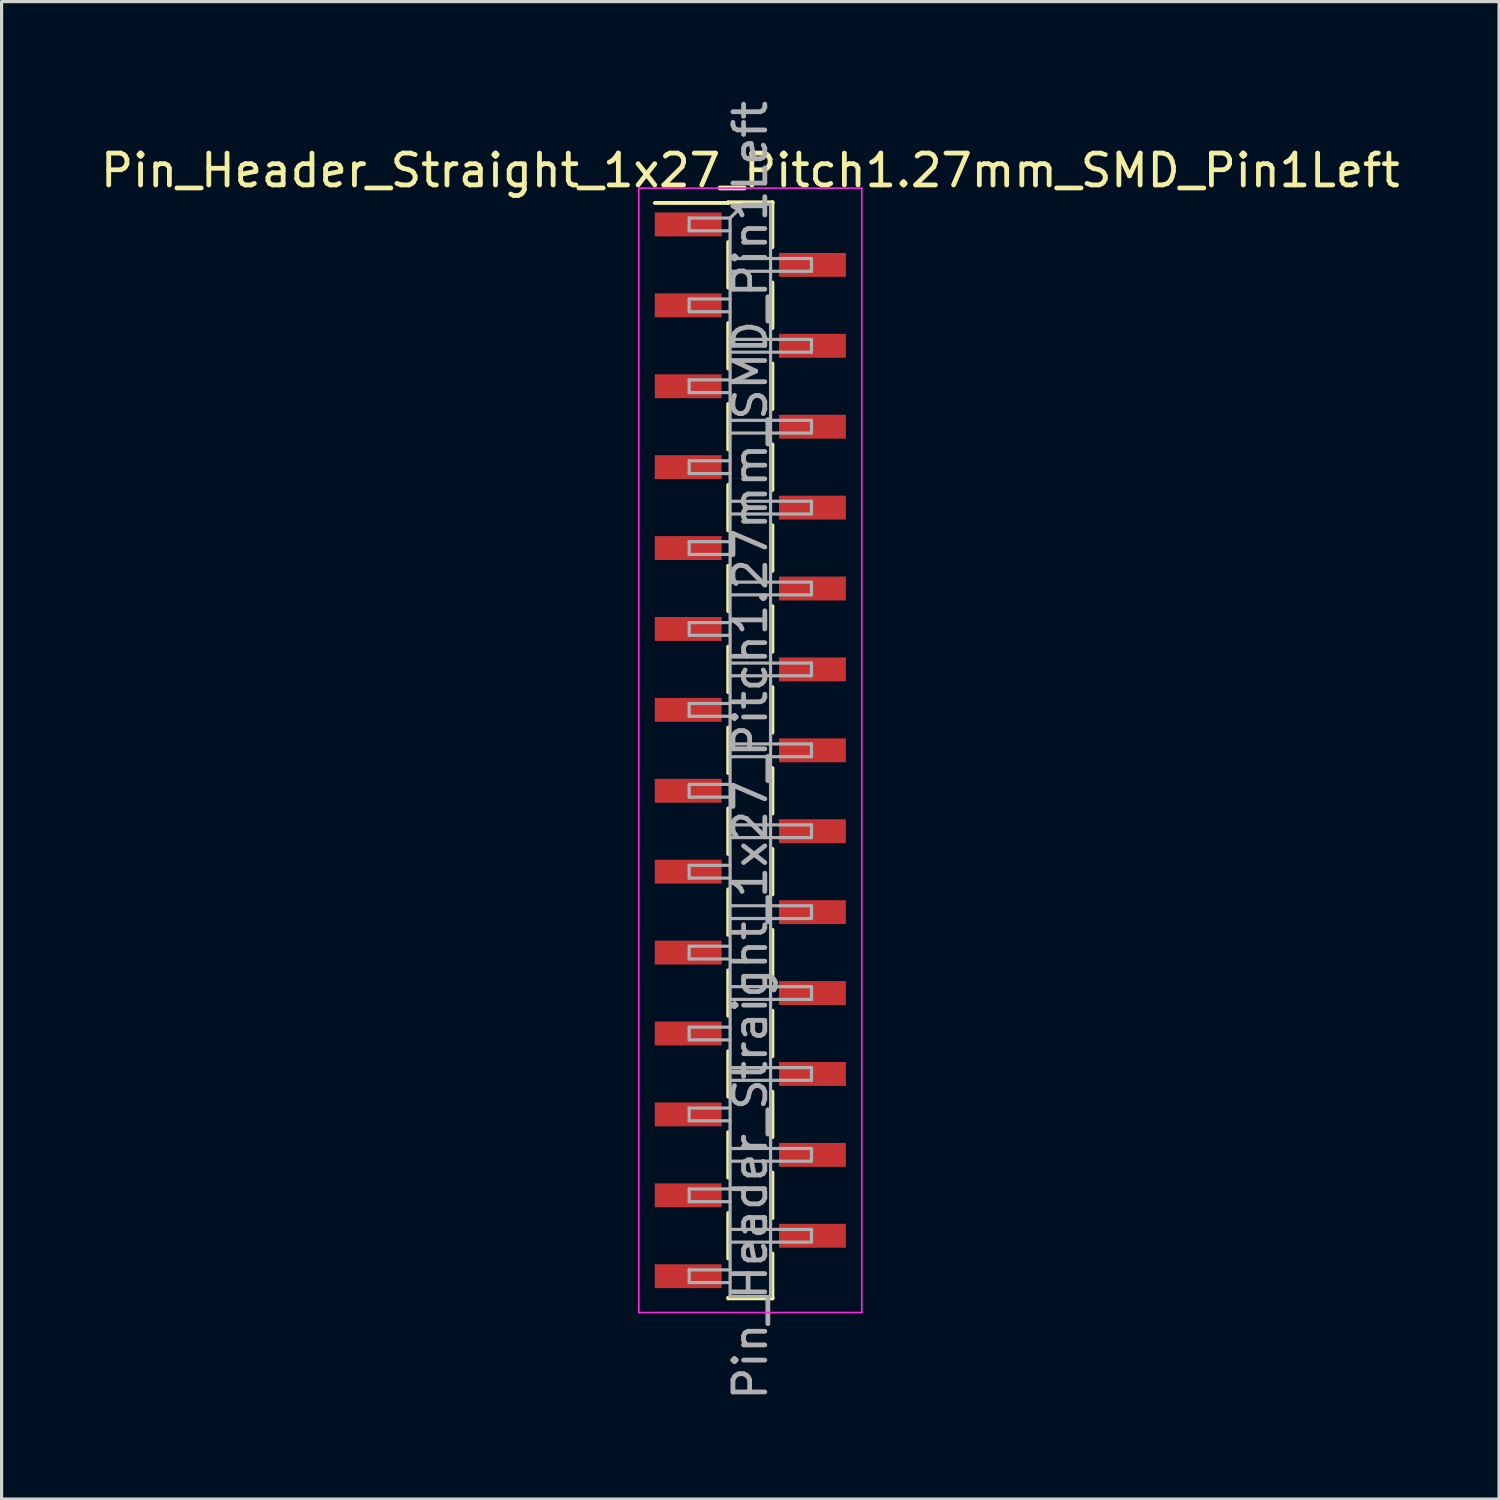
<source format=kicad_pcb>
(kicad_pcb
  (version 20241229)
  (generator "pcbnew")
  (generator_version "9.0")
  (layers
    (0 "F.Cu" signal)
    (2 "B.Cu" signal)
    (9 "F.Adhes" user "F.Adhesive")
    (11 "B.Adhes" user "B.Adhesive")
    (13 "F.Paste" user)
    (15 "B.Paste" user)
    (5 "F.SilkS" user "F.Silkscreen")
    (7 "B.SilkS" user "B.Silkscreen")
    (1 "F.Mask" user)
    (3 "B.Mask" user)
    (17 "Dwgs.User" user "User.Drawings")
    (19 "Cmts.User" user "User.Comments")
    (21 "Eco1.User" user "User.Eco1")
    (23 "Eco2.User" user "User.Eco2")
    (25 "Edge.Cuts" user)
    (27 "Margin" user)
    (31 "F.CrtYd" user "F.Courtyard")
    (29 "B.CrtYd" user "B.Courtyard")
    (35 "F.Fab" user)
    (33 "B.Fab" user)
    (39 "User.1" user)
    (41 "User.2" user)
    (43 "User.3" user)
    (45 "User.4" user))
  (footprint "Pin_Header_Straight_1x27_Pitch1.27mm_SMD_Pin1Left"
    (layer "F.Cu")
    (at 20.506 20.506)
    (property "Reference" "Pin_Header_Straight_1x27_Pitch1.27mm_SMD_Pin1Left" (at 0 -18.205 0) (layer "F.SilkS") (effects (font (size 1 1) (thickness 0.15))))
    (attr smd)
    (fp_line (start -0.695 -17.205) (end 0.695 -17.205) (stroke (width 0.12) (type solid)) (layer "F.SilkS"))
    (fp_line (start -0.695 -17.185) (end -3 -17.185) (stroke (width 0.12) (type solid)) (layer "F.SilkS"))
    (fp_line (start -0.695 -17.185) (end -0.695 -17.205) (stroke (width 0.12) (type solid)) (layer "F.SilkS"))
    (fp_line (start -0.695 -15.955) (end -0.695 -14.525) (stroke (width 0.12) (type solid)) (layer "F.SilkS"))
    (fp_line (start -0.695 -13.415) (end -0.695 -11.985) (stroke (width 0.12) (type solid)) (layer "F.SilkS"))
    (fp_line (start -0.695 -10.875) (end -0.695 -9.445) (stroke (width 0.12) (type solid)) (layer "F.SilkS"))
    (fp_line (start -0.695 -8.335) (end -0.695 -6.905) (stroke (width 0.12) (type solid)) (layer "F.SilkS"))
    (fp_line (start -0.695 -5.795) (end -0.695 -4.365) (stroke (width 0.12) (type solid)) (layer "F.SilkS"))
    (fp_line (start -0.695 -3.255) (end -0.695 -1.825) (stroke (width 0.12) (type solid)) (layer "F.SilkS"))
    (fp_line (start -0.695 -0.715) (end -0.695 0.715) (stroke (width 0.12) (type solid)) (layer "F.SilkS"))
    (fp_line (start -0.695 1.825) (end -0.695 3.255) (stroke (width 0.12) (type solid)) (layer "F.SilkS"))
    (fp_line (start -0.695 4.365) (end -0.695 5.795) (stroke (width 0.12) (type solid)) (layer "F.SilkS"))
    (fp_line (start -0.695 6.905) (end -0.695 8.335) (stroke (width 0.12) (type solid)) (layer "F.SilkS"))
    (fp_line (start -0.695 9.445) (end -0.695 10.875) (stroke (width 0.12) (type solid)) (layer "F.SilkS"))
    (fp_line (start -0.695 11.985) (end -0.695 13.415) (stroke (width 0.12) (type solid)) (layer "F.SilkS"))
    (fp_line (start -0.695 14.525) (end -0.695 15.955) (stroke (width 0.12) (type solid)) (layer "F.SilkS"))
    (fp_line (start -0.695 17.185) (end -0.695 17.205) (stroke (width 0.12) (type solid)) (layer "F.SilkS"))
    (fp_line (start -0.695 17.205) (end 0.695 17.205) (stroke (width 0.12) (type solid)) (layer "F.SilkS"))
    (fp_line (start 0.695 -17.205) (end 0.695 -17.185) (stroke (width 0.12) (type solid)) (layer "F.SilkS"))
    (fp_line (start 0.695 -17.205) (end 0.695 -15.795) (stroke (width 0.12) (type solid)) (layer "F.SilkS"))
    (fp_line (start 0.695 -14.685) (end 0.695 -13.255) (stroke (width 0.12) (type solid)) (layer "F.SilkS"))
    (fp_line (start 0.695 -12.145) (end 0.695 -10.715) (stroke (width 0.12) (type solid)) (layer "F.SilkS"))
    (fp_line (start 0.695 -9.605) (end 0.695 -8.175) (stroke (width 0.12) (type solid)) (layer "F.SilkS"))
    (fp_line (start 0.695 -7.065) (end 0.695 -5.635) (stroke (width 0.12) (type solid)) (layer "F.SilkS"))
    (fp_line (start 0.695 -4.525) (end 0.695 -3.095) (stroke (width 0.12) (type solid)) (layer "F.SilkS"))
    (fp_line (start 0.695 -1.985) (end 0.695 -0.555) (stroke (width 0.12) (type solid)) (layer "F.SilkS"))
    (fp_line (start 0.695 0.555) (end 0.695 1.985) (stroke (width 0.12) (type solid)) (layer "F.SilkS"))
    (fp_line (start 0.695 3.095) (end 0.695 4.525) (stroke (width 0.12) (type solid)) (layer "F.SilkS"))
    (fp_line (start 0.695 5.635) (end 0.695 7.065) (stroke (width 0.12) (type solid)) (layer "F.SilkS"))
    (fp_line (start 0.695 8.175) (end 0.695 9.605) (stroke (width 0.12) (type solid)) (layer "F.SilkS"))
    (fp_line (start 0.695 10.715) (end 0.695 12.145) (stroke (width 0.12) (type solid)) (layer "F.SilkS"))
    (fp_line (start 0.695 13.255) (end 0.695 14.685) (stroke (width 0.12) (type solid)) (layer "F.SilkS"))
    (fp_line (start 0.695 15.795) (end 0.695 17.205) (stroke (width 0.12) (type solid)) (layer "F.SilkS"))
    (fp_line (start 0.695 17.205) (end 0.695 17.185) (stroke (width 0.12) (type solid)) (layer "F.SilkS"))
    (fp_line (start -3.5 -17.65) (end -3.5 17.65) (stroke (width 0.05) (type solid)) (layer "F.CrtYd"))
    (fp_line (start -3.5 17.65) (end 3.5 17.65) (stroke (width 0.05) (type solid)) (layer "F.CrtYd"))
    (fp_line (start 3.5 -17.65) (end -3.5 -17.65) (stroke (width 0.05) (type solid)) (layer "F.CrtYd"))
    (fp_line (start 3.5 17.65) (end 3.5 -17.65) (stroke (width 0.05) (type solid)) (layer "F.CrtYd"))
    (fp_line (start -1.92 -16.71) (end -1.92 -16.31) (stroke (width 0.1) (type solid)) (layer "F.Fab"))
    (fp_line (start -1.92 -16.31) (end -0.635 -16.31) (stroke (width 0.1) (type solid)) (layer "F.Fab"))
    (fp_line (start -1.92 -14.17) (end -1.92 -13.77) (stroke (width 0.1) (type solid)) (layer "F.Fab"))
    (fp_line (start -1.92 -13.77) (end -0.635 -13.77) (stroke (width 0.1) (type solid)) (layer "F.Fab"))
    (fp_line (start -1.92 -11.63) (end -1.92 -11.23) (stroke (width 0.1) (type solid)) (layer "F.Fab"))
    (fp_line (start -1.92 -11.23) (end -0.635 -11.23) (stroke (width 0.1) (type solid)) (layer "F.Fab"))
    (fp_line (start -1.92 -9.09) (end -1.92 -8.69) (stroke (width 0.1) (type solid)) (layer "F.Fab"))
    (fp_line (start -1.92 -8.69) (end -0.635 -8.69) (stroke (width 0.1) (type solid)) (layer "F.Fab"))
    (fp_line (start -1.92 -6.55) (end -1.92 -6.15) (stroke (width 0.1) (type solid)) (layer "F.Fab"))
    (fp_line (start -1.92 -6.15) (end -0.635 -6.15) (stroke (width 0.1) (type solid)) (layer "F.Fab"))
    (fp_line (start -1.92 -4.01) (end -1.92 -3.61) (stroke (width 0.1) (type solid)) (layer "F.Fab"))
    (fp_line (start -1.92 -3.61) (end -0.635 -3.61) (stroke (width 0.1) (type solid)) (layer "F.Fab"))
    (fp_line (start -1.92 -1.47) (end -1.92 -1.07) (stroke (width 0.1) (type solid)) (layer "F.Fab"))
    (fp_line (start -1.92 -1.07) (end -0.635 -1.07) (stroke (width 0.1) (type solid)) (layer "F.Fab"))
    (fp_line (start -1.92 1.07) (end -1.92 1.47) (stroke (width 0.1) (type solid)) (layer "F.Fab"))
    (fp_line (start -1.92 1.47) (end -0.635 1.47) (stroke (width 0.1) (type solid)) (layer "F.Fab"))
    (fp_line (start -1.92 3.61) (end -1.92 4.01) (stroke (width 0.1) (type solid)) (layer "F.Fab"))
    (fp_line (start -1.92 4.01) (end -0.635 4.01) (stroke (width 0.1) (type solid)) (layer "F.Fab"))
    (fp_line (start -1.92 6.15) (end -1.92 6.55) (stroke (width 0.1) (type solid)) (layer "F.Fab"))
    (fp_line (start -1.92 6.55) (end -0.635 6.55) (stroke (width 0.1) (type solid)) (layer "F.Fab"))
    (fp_line (start -1.92 8.69) (end -1.92 9.09) (stroke (width 0.1) (type solid)) (layer "F.Fab"))
    (fp_line (start -1.92 9.09) (end -0.635 9.09) (stroke (width 0.1) (type solid)) (layer "F.Fab"))
    (fp_line (start -1.92 11.23) (end -1.92 11.63) (stroke (width 0.1) (type solid)) (layer "F.Fab"))
    (fp_line (start -1.92 11.63) (end -0.635 11.63) (stroke (width 0.1) (type solid)) (layer "F.Fab"))
    (fp_line (start -1.92 13.77) (end -1.92 14.17) (stroke (width 0.1) (type solid)) (layer "F.Fab"))
    (fp_line (start -1.92 14.17) (end -0.635 14.17) (stroke (width 0.1) (type solid)) (layer "F.Fab"))
    (fp_line (start -1.92 16.31) (end -1.92 16.71) (stroke (width 0.1) (type solid)) (layer "F.Fab"))
    (fp_line (start -1.92 16.71) (end -0.635 16.71) (stroke (width 0.1) (type solid)) (layer "F.Fab"))
    (fp_line (start -0.635 -16.71) (end -1.92 -16.71) (stroke (width 0.1) (type solid)) (layer "F.Fab"))
    (fp_line (start -0.635 -16.71) (end -0.2 -17.145) (stroke (width 0.1) (type solid)) (layer "F.Fab"))
    (fp_line (start -0.635 -15.44) (end 1.92 -15.44) (stroke (width 0.1) (type solid)) (layer "F.Fab"))
    (fp_line (start -0.635 -14.17) (end -1.92 -14.17) (stroke (width 0.1) (type solid)) (layer "F.Fab"))
    (fp_line (start -0.635 -12.9) (end 1.92 -12.9) (stroke (width 0.1) (type solid)) (layer "F.Fab"))
    (fp_line (start -0.635 -11.63) (end -1.92 -11.63) (stroke (width 0.1) (type solid)) (layer "F.Fab"))
    (fp_line (start -0.635 -10.36) (end 1.92 -10.36) (stroke (width 0.1) (type solid)) (layer "F.Fab"))
    (fp_line (start -0.635 -9.09) (end -1.92 -9.09) (stroke (width 0.1) (type solid)) (layer "F.Fab"))
    (fp_line (start -0.635 -7.82) (end 1.92 -7.82) (stroke (width 0.1) (type solid)) (layer "F.Fab"))
    (fp_line (start -0.635 -6.55) (end -1.92 -6.55) (stroke (width 0.1) (type solid)) (layer "F.Fab"))
    (fp_line (start -0.635 -5.28) (end 1.92 -5.28) (stroke (width 0.1) (type solid)) (layer "F.Fab"))
    (fp_line (start -0.635 -4.01) (end -1.92 -4.01) (stroke (width 0.1) (type solid)) (layer "F.Fab"))
    (fp_line (start -0.635 -2.74) (end 1.92 -2.74) (stroke (width 0.1) (type solid)) (layer "F.Fab"))
    (fp_line (start -0.635 -1.47) (end -1.92 -1.47) (stroke (width 0.1) (type solid)) (layer "F.Fab"))
    (fp_line (start -0.635 -0.2) (end 1.92 -0.2) (stroke (width 0.1) (type solid)) (layer "F.Fab"))
    (fp_line (start -0.635 1.07) (end -1.92 1.07) (stroke (width 0.1) (type solid)) (layer "F.Fab"))
    (fp_line (start -0.635 2.34) (end 1.92 2.34) (stroke (width 0.1) (type solid)) (layer "F.Fab"))
    (fp_line (start -0.635 3.61) (end -1.92 3.61) (stroke (width 0.1) (type solid)) (layer "F.Fab"))
    (fp_line (start -0.635 4.88) (end 1.92 4.88) (stroke (width 0.1) (type solid)) (layer "F.Fab"))
    (fp_line (start -0.635 6.15) (end -1.92 6.15) (stroke (width 0.1) (type solid)) (layer "F.Fab"))
    (fp_line (start -0.635 7.42) (end 1.92 7.42) (stroke (width 0.1) (type solid)) (layer "F.Fab"))
    (fp_line (start -0.635 8.69) (end -1.92 8.69) (stroke (width 0.1) (type solid)) (layer "F.Fab"))
    (fp_line (start -0.635 9.96) (end 1.92 9.96) (stroke (width 0.1) (type solid)) (layer "F.Fab"))
    (fp_line (start -0.635 11.23) (end -1.92 11.23) (stroke (width 0.1) (type solid)) (layer "F.Fab"))
    (fp_line (start -0.635 12.5) (end 1.92 12.5) (stroke (width 0.1) (type solid)) (layer "F.Fab"))
    (fp_line (start -0.635 13.77) (end -1.92 13.77) (stroke (width 0.1) (type solid)) (layer "F.Fab"))
    (fp_line (start -0.635 15.04) (end 1.92 15.04) (stroke (width 0.1) (type solid)) (layer "F.Fab"))
    (fp_line (start -0.635 16.31) (end -1.92 16.31) (stroke (width 0.1) (type solid)) (layer "F.Fab"))
    (fp_line (start -0.635 17.145) (end -0.635 -16.71) (stroke (width 0.1) (type solid)) (layer "F.Fab"))
    (fp_line (start -0.2 -17.145) (end 0.635 -17.145) (stroke (width 0.1) (type solid)) (layer "F.Fab"))
    (fp_line (start 0.635 -17.145) (end 0.635 17.145) (stroke (width 0.1) (type solid)) (layer "F.Fab"))
    (fp_line (start 0.635 17.145) (end -0.635 17.145) (stroke (width 0.1) (type solid)) (layer "F.Fab"))
    (fp_line (start 1.92 -15.44) (end 1.92 -15.04) (stroke (width 0.1) (type solid)) (layer "F.Fab"))
    (fp_line (start 1.92 -15.04) (end -0.635 -15.04) (stroke (width 0.1) (type solid)) (layer "F.Fab"))
    (fp_line (start 1.92 -12.9) (end 1.92 -12.5) (stroke (width 0.1) (type solid)) (layer "F.Fab"))
    (fp_line (start 1.92 -12.5) (end -0.635 -12.5) (stroke (width 0.1) (type solid)) (layer "F.Fab"))
    (fp_line (start 1.92 -10.36) (end 1.92 -9.96) (stroke (width 0.1) (type solid)) (layer "F.Fab"))
    (fp_line (start 1.92 -9.96) (end -0.635 -9.96) (stroke (width 0.1) (type solid)) (layer "F.Fab"))
    (fp_line (start 1.92 -7.82) (end 1.92 -7.42) (stroke (width 0.1) (type solid)) (layer "F.Fab"))
    (fp_line (start 1.92 -7.42) (end -0.635 -7.42) (stroke (width 0.1) (type solid)) (layer "F.Fab"))
    (fp_line (start 1.92 -5.28) (end 1.92 -4.88) (stroke (width 0.1) (type solid)) (layer "F.Fab"))
    (fp_line (start 1.92 -4.88) (end -0.635 -4.88) (stroke (width 0.1) (type solid)) (layer "F.Fab"))
    (fp_line (start 1.92 -2.74) (end 1.92 -2.34) (stroke (width 0.1) (type solid)) (layer "F.Fab"))
    (fp_line (start 1.92 -2.34) (end -0.635 -2.34) (stroke (width 0.1) (type solid)) (layer "F.Fab"))
    (fp_line (start 1.92 -0.2) (end 1.92 0.2) (stroke (width 0.1) (type solid)) (layer "F.Fab"))
    (fp_line (start 1.92 0.2) (end -0.635 0.2) (stroke (width 0.1) (type solid)) (layer "F.Fab"))
    (fp_line (start 1.92 2.34) (end 1.92 2.74) (stroke (width 0.1) (type solid)) (layer "F.Fab"))
    (fp_line (start 1.92 2.74) (end -0.635 2.74) (stroke (width 0.1) (type solid)) (layer "F.Fab"))
    (fp_line (start 1.92 4.88) (end 1.92 5.28) (stroke (width 0.1) (type solid)) (layer "F.Fab"))
    (fp_line (start 1.92 5.28) (end -0.635 5.28) (stroke (width 0.1) (type solid)) (layer "F.Fab"))
    (fp_line (start 1.92 7.42) (end 1.92 7.82) (stroke (width 0.1) (type solid)) (layer "F.Fab"))
    (fp_line (start 1.92 7.82) (end -0.635 7.82) (stroke (width 0.1) (type solid)) (layer "F.Fab"))
    (fp_line (start 1.92 9.96) (end 1.92 10.36) (stroke (width 0.1) (type solid)) (layer "F.Fab"))
    (fp_line (start 1.92 10.36) (end -0.635 10.36) (stroke (width 0.1) (type solid)) (layer "F.Fab"))
    (fp_line (start 1.92 12.5) (end 1.92 12.9) (stroke (width 0.1) (type solid)) (layer "F.Fab"))
    (fp_line (start 1.92 12.9) (end -0.635 12.9) (stroke (width 0.1) (type solid)) (layer "F.Fab"))
    (fp_line (start 1.92 15.04) (end 1.92 15.44) (stroke (width 0.1) (type solid)) (layer "F.Fab"))
    (fp_line (start 1.92 15.44) (end -0.635 15.44) (stroke (width 0.1) (type solid)) (layer "F.Fab"))
    (fp_text user "${REFERENCE}" (at 0 0 90) (layer "F.Fab") (effects (font (size 1 1) (thickness 0.15))))
    (pad "1" smd rect (at -1.95 -16.51) (size 2.1 0.75) (layers "F.Cu" "F.Mask" "F.Paste"))
    (pad "2" smd rect (at 1.95 -15.24) (size 2.1 0.75) (layers "F.Cu" "F.Mask" "F.Paste"))
    (pad "3" smd rect (at -1.95 -13.97) (size 2.1 0.75) (layers "F.Cu" "F.Mask" "F.Paste"))
    (pad "4" smd rect (at 1.95 -12.7) (size 2.1 0.75) (layers "F.Cu" "F.Mask" "F.Paste"))
    (pad "5" smd rect (at -1.95 -11.43) (size 2.1 0.75) (layers "F.Cu" "F.Mask" "F.Paste"))
    (pad "6" smd rect (at 1.95 -10.16) (size 2.1 0.75) (layers "F.Cu" "F.Mask" "F.Paste"))
    (pad "7" smd rect (at -1.95 -8.89) (size 2.1 0.75) (layers "F.Cu" "F.Mask" "F.Paste"))
    (pad "8" smd rect (at 1.95 -7.62) (size 2.1 0.75) (layers "F.Cu" "F.Mask" "F.Paste"))
    (pad "9" smd rect (at -1.95 -6.35) (size 2.1 0.75) (layers "F.Cu" "F.Mask" "F.Paste"))
    (pad "10" smd rect (at 1.95 -5.08) (size 2.1 0.75) (layers "F.Cu" "F.Mask" "F.Paste"))
    (pad "11" smd rect (at -1.95 -3.81) (size 2.1 0.75) (layers "F.Cu" "F.Mask" "F.Paste"))
    (pad "12" smd rect (at 1.95 -2.54) (size 2.1 0.75) (layers "F.Cu" "F.Mask" "F.Paste"))
    (pad "13" smd rect (at -1.95 -1.27) (size 2.1 0.75) (layers "F.Cu" "F.Mask" "F.Paste"))
    (pad "14" smd rect (at 1.95 0) (size 2.1 0.75) (layers "F.Cu" "F.Mask" "F.Paste"))
    (pad "15" smd rect (at -1.95 1.27) (size 2.1 0.75) (layers "F.Cu" "F.Mask" "F.Paste"))
    (pad "16" smd rect (at 1.95 2.54) (size 2.1 0.75) (layers "F.Cu" "F.Mask" "F.Paste"))
    (pad "17" smd rect (at -1.95 3.81) (size 2.1 0.75) (layers "F.Cu" "F.Mask" "F.Paste"))
    (pad "18" smd rect (at 1.95 5.08) (size 2.1 0.75) (layers "F.Cu" "F.Mask" "F.Paste"))
    (pad "19" smd rect (at -1.95 6.35) (size 2.1 0.75) (layers "F.Cu" "F.Mask" "F.Paste"))
    (pad "20" smd rect (at 1.95 7.62) (size 2.1 0.75) (layers "F.Cu" "F.Mask" "F.Paste"))
    (pad "21" smd rect (at -1.95 8.89) (size 2.1 0.75) (layers "F.Cu" "F.Mask" "F.Paste"))
    (pad "22" smd rect (at 1.95 10.16) (size 2.1 0.75) (layers "F.Cu" "F.Mask" "F.Paste"))
    (pad "23" smd rect (at -1.95 11.43) (size 2.1 0.75) (layers "F.Cu" "F.Mask" "F.Paste"))
    (pad "24" smd rect (at 1.95 12.7) (size 2.1 0.75) (layers "F.Cu" "F.Mask" "F.Paste"))
    (pad "25" smd rect (at -1.95 13.97) (size 2.1 0.75) (layers "F.Cu" "F.Mask" "F.Paste"))
    (pad "26" smd rect (at 1.95 15.24) (size 2.1 0.75) (layers "F.Cu" "F.Mask" "F.Paste"))
    (pad "27" smd rect (at -1.95 16.51) (size 2.1 0.75) (layers "F.Cu" "F.Mask" "F.Paste")))
  (gr_rect
    (start -3 -3)
    (end 44.012 44.012)
    (stroke (width 0.1) (type default))
    (fill no)
    (layer "Edge.Cuts")))
</source>
